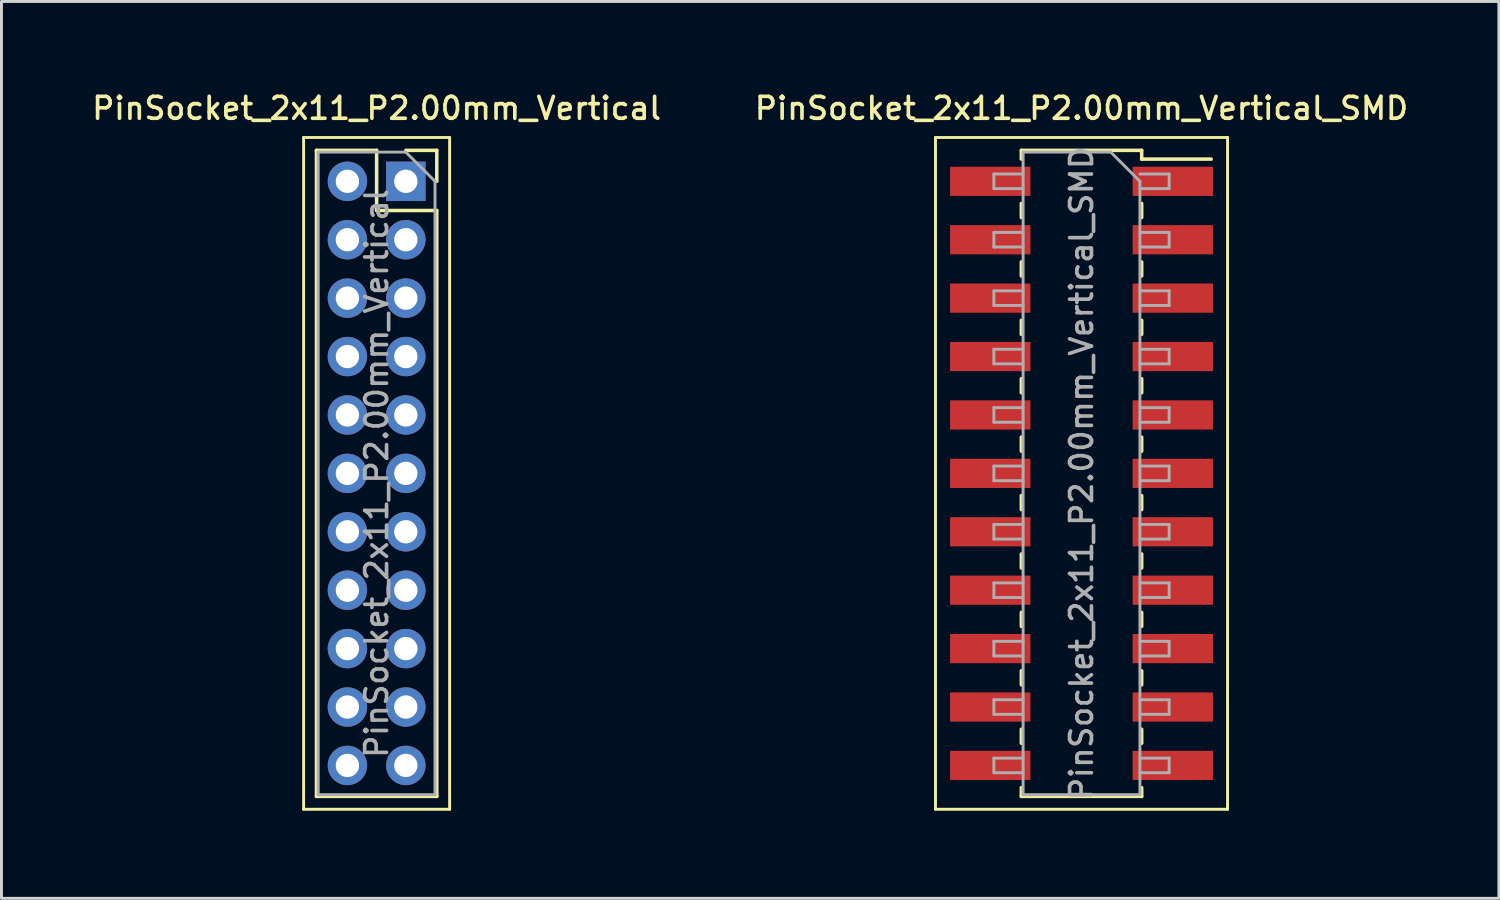
<source format=kicad_pcb>
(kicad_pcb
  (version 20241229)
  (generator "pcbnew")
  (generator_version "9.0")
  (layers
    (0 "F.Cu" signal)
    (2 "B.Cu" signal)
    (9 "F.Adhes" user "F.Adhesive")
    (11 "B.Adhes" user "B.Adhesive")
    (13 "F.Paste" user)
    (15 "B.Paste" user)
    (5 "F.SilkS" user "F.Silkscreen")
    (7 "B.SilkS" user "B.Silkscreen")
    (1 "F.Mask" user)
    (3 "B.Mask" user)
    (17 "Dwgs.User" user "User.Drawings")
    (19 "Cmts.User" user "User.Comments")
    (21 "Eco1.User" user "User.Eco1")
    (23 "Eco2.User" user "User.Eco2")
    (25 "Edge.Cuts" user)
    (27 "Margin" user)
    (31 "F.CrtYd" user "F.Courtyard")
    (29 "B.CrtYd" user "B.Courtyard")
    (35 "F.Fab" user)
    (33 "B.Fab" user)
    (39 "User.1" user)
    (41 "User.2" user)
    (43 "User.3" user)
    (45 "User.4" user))
  (footprint "PinSocket_2x11_P2.00mm_Vertical_SMD"
    (layer "F.Cu")
    (at 33.98 13.158)
    (property "Reference" "PinSocket_2x11_P2.00mm_Vertical_SMD" (at 0 -12.5 0) (layer "F.SilkS") (effects (font (size 0.75 0.75) (thickness 0.125))))
    (attr smd)
    (fp_line (start -5 -11.5) (end 5 -11.5) (stroke (width 0.1) (type solid)) (layer "F.SilkS"))
    (fp_line (start -5 11.5) (end -5 -11.5) (stroke (width 0.1) (type solid)) (layer "F.SilkS"))
    (fp_line (start -2.06 -11.06) (end -2.06 -10.76) (stroke (width 0.12) (type solid)) (layer "F.SilkS"))
    (fp_line (start -2.06 -11.06) (end 2.06 -11.06) (stroke (width 0.12) (type solid)) (layer "F.SilkS"))
    (fp_line (start -2.06 -9.24) (end -2.06 -8.76) (stroke (width 0.12) (type solid)) (layer "F.SilkS"))
    (fp_line (start -2.06 -7.24) (end -2.06 -6.76) (stroke (width 0.12) (type solid)) (layer "F.SilkS"))
    (fp_line (start -2.06 -5.24) (end -2.06 -4.76) (stroke (width 0.12) (type solid)) (layer "F.SilkS"))
    (fp_line (start -2.06 -3.24) (end -2.06 -2.76) (stroke (width 0.12) (type solid)) (layer "F.SilkS"))
    (fp_line (start -2.06 -1.24) (end -2.06 -0.76) (stroke (width 0.12) (type solid)) (layer "F.SilkS"))
    (fp_line (start -2.06 0.76) (end -2.06 1.24) (stroke (width 0.12) (type solid)) (layer "F.SilkS"))
    (fp_line (start -2.06 2.76) (end -2.06 3.24) (stroke (width 0.12) (type solid)) (layer "F.SilkS"))
    (fp_line (start -2.06 4.76) (end -2.06 5.24) (stroke (width 0.12) (type solid)) (layer "F.SilkS"))
    (fp_line (start -2.06 6.76) (end -2.06 7.24) (stroke (width 0.12) (type solid)) (layer "F.SilkS"))
    (fp_line (start -2.06 8.76) (end -2.06 9.24) (stroke (width 0.12) (type solid)) (layer "F.SilkS"))
    (fp_line (start -2.06 10.76) (end -2.06 11.06) (stroke (width 0.12) (type solid)) (layer "F.SilkS"))
    (fp_line (start -2.06 11.06) (end 2.06 11.06) (stroke (width 0.12) (type solid)) (layer "F.SilkS"))
    (fp_line (start 2.06 -11.06) (end 2.06 -10.76) (stroke (width 0.12) (type solid)) (layer "F.SilkS"))
    (fp_line (start 2.06 -10.76) (end 4.44 -10.76) (stroke (width 0.12) (type solid)) (layer "F.SilkS"))
    (fp_line (start 2.06 -9.24) (end 2.06 -8.76) (stroke (width 0.12) (type solid)) (layer "F.SilkS"))
    (fp_line (start 2.06 -7.24) (end 2.06 -6.76) (stroke (width 0.12) (type solid)) (layer "F.SilkS"))
    (fp_line (start 2.06 -5.24) (end 2.06 -4.76) (stroke (width 0.12) (type solid)) (layer "F.SilkS"))
    (fp_line (start 2.06 -3.24) (end 2.06 -2.76) (stroke (width 0.12) (type solid)) (layer "F.SilkS"))
    (fp_line (start 2.06 -1.24) (end 2.06 -0.76) (stroke (width 0.12) (type solid)) (layer "F.SilkS"))
    (fp_line (start 2.06 0.76) (end 2.06 1.24) (stroke (width 0.12) (type solid)) (layer "F.SilkS"))
    (fp_line (start 2.06 2.76) (end 2.06 3.24) (stroke (width 0.12) (type solid)) (layer "F.SilkS"))
    (fp_line (start 2.06 4.76) (end 2.06 5.24) (stroke (width 0.12) (type solid)) (layer "F.SilkS"))
    (fp_line (start 2.06 6.76) (end 2.06 7.24) (stroke (width 0.12) (type solid)) (layer "F.SilkS"))
    (fp_line (start 2.06 8.76) (end 2.06 9.24) (stroke (width 0.12) (type solid)) (layer "F.SilkS"))
    (fp_line (start 2.06 10.76) (end 2.06 11.06) (stroke (width 0.12) (type solid)) (layer "F.SilkS"))
    (fp_line (start 5 -11.5) (end 5 11.5) (stroke (width 0.1) (type solid)) (layer "F.SilkS"))
    (fp_line (start 5 11.5) (end -5 11.5) (stroke (width 0.1) (type solid)) (layer "F.SilkS"))
    (fp_line (start -3 -10.25) (end -2 -10.25) (stroke (width 0.1) (type solid)) (layer "F.Fab"))
    (fp_line (start -3 -9.75) (end -3 -10.25) (stroke (width 0.1) (type solid)) (layer "F.Fab"))
    (fp_line (start -3 -8.25) (end -2 -8.25) (stroke (width 0.1) (type solid)) (layer "F.Fab"))
    (fp_line (start -3 -7.75) (end -3 -8.25) (stroke (width 0.1) (type solid)) (layer "F.Fab"))
    (fp_line (start -3 -6.25) (end -2 -6.25) (stroke (width 0.1) (type solid)) (layer "F.Fab"))
    (fp_line (start -3 -5.75) (end -3 -6.25) (stroke (width 0.1) (type solid)) (layer "F.Fab"))
    (fp_line (start -3 -4.25) (end -2 -4.25) (stroke (width 0.1) (type solid)) (layer "F.Fab"))
    (fp_line (start -3 -3.75) (end -3 -4.25) (stroke (width 0.1) (type solid)) (layer "F.Fab"))
    (fp_line (start -3 -2.25) (end -2 -2.25) (stroke (width 0.1) (type solid)) (layer "F.Fab"))
    (fp_line (start -3 -1.75) (end -3 -2.25) (stroke (width 0.1) (type solid)) (layer "F.Fab"))
    (fp_line (start -3 -0.25) (end -2 -0.25) (stroke (width 0.1) (type solid)) (layer "F.Fab"))
    (fp_line (start -3 0.25) (end -3 -0.25) (stroke (width 0.1) (type solid)) (layer "F.Fab"))
    (fp_line (start -3 1.75) (end -2 1.75) (stroke (width 0.1) (type solid)) (layer "F.Fab"))
    (fp_line (start -3 2.25) (end -3 1.75) (stroke (width 0.1) (type solid)) (layer "F.Fab"))
    (fp_line (start -3 3.75) (end -2 3.75) (stroke (width 0.1) (type solid)) (layer "F.Fab"))
    (fp_line (start -3 4.25) (end -3 3.75) (stroke (width 0.1) (type solid)) (layer "F.Fab"))
    (fp_line (start -3 5.75) (end -2 5.75) (stroke (width 0.1) (type solid)) (layer "F.Fab"))
    (fp_line (start -3 6.25) (end -3 5.75) (stroke (width 0.1) (type solid)) (layer "F.Fab"))
    (fp_line (start -3 7.75) (end -2 7.75) (stroke (width 0.1) (type solid)) (layer "F.Fab"))
    (fp_line (start -3 8.25) (end -3 7.75) (stroke (width 0.1) (type solid)) (layer "F.Fab"))
    (fp_line (start -3 9.75) (end -2 9.75) (stroke (width 0.1) (type solid)) (layer "F.Fab"))
    (fp_line (start -3 10.25) (end -3 9.75) (stroke (width 0.1) (type solid)) (layer "F.Fab"))
    (fp_line (start -2 -11) (end 1 -11) (stroke (width 0.1) (type solid)) (layer "F.Fab"))
    (fp_line (start -2 -9.75) (end -3 -9.75) (stroke (width 0.1) (type solid)) (layer "F.Fab"))
    (fp_line (start -2 -7.75) (end -3 -7.75) (stroke (width 0.1) (type solid)) (layer "F.Fab"))
    (fp_line (start -2 -5.75) (end -3 -5.75) (stroke (width 0.1) (type solid)) (layer "F.Fab"))
    (fp_line (start -2 -3.75) (end -3 -3.75) (stroke (width 0.1) (type solid)) (layer "F.Fab"))
    (fp_line (start -2 -1.75) (end -3 -1.75) (stroke (width 0.1) (type solid)) (layer "F.Fab"))
    (fp_line (start -2 0.25) (end -3 0.25) (stroke (width 0.1) (type solid)) (layer "F.Fab"))
    (fp_line (start -2 2.25) (end -3 2.25) (stroke (width 0.1) (type solid)) (layer "F.Fab"))
    (fp_line (start -2 4.25) (end -3 4.25) (stroke (width 0.1) (type solid)) (layer "F.Fab"))
    (fp_line (start -2 6.25) (end -3 6.25) (stroke (width 0.1) (type solid)) (layer "F.Fab"))
    (fp_line (start -2 8.25) (end -3 8.25) (stroke (width 0.1) (type solid)) (layer "F.Fab"))
    (fp_line (start -2 10.25) (end -3 10.25) (stroke (width 0.1) (type solid)) (layer "F.Fab"))
    (fp_line (start -2 11) (end -2 -11) (stroke (width 0.1) (type solid)) (layer "F.Fab"))
    (fp_line (start 1 -11) (end 2 -10) (stroke (width 0.1) (type solid)) (layer "F.Fab"))
    (fp_line (start 2 -10.25) (end 3 -10.25) (stroke (width 0.1) (type solid)) (layer "F.Fab"))
    (fp_line (start 2 -10) (end 2 11) (stroke (width 0.1) (type solid)) (layer "F.Fab"))
    (fp_line (start 2 -8.25) (end 3 -8.25) (stroke (width 0.1) (type solid)) (layer "F.Fab"))
    (fp_line (start 2 -6.25) (end 3 -6.25) (stroke (width 0.1) (type solid)) (layer "F.Fab"))
    (fp_line (start 2 -4.25) (end 3 -4.25) (stroke (width 0.1) (type solid)) (layer "F.Fab"))
    (fp_line (start 2 -2.25) (end 3 -2.25) (stroke (width 0.1) (type solid)) (layer "F.Fab"))
    (fp_line (start 2 -0.25) (end 3 -0.25) (stroke (width 0.1) (type solid)) (layer "F.Fab"))
    (fp_line (start 2 1.75) (end 3 1.75) (stroke (width 0.1) (type solid)) (layer "F.Fab"))
    (fp_line (start 2 3.75) (end 3 3.75) (stroke (width 0.1) (type solid)) (layer "F.Fab"))
    (fp_line (start 2 5.75) (end 3 5.75) (stroke (width 0.1) (type solid)) (layer "F.Fab"))
    (fp_line (start 2 7.75) (end 3 7.75) (stroke (width 0.1) (type solid)) (layer "F.Fab"))
    (fp_line (start 2 9.75) (end 3 9.75) (stroke (width 0.1) (type solid)) (layer "F.Fab"))
    (fp_line (start 2 11) (end -2 11) (stroke (width 0.1) (type solid)) (layer "F.Fab"))
    (fp_line (start 3 -10.25) (end 3 -9.75) (stroke (width 0.1) (type solid)) (layer "F.Fab"))
    (fp_line (start 3 -9.75) (end 2 -9.75) (stroke (width 0.1) (type solid)) (layer "F.Fab"))
    (fp_line (start 3 -8.25) (end 3 -7.75) (stroke (width 0.1) (type solid)) (layer "F.Fab"))
    (fp_line (start 3 -7.75) (end 2 -7.75) (stroke (width 0.1) (type solid)) (layer "F.Fab"))
    (fp_line (start 3 -6.25) (end 3 -5.75) (stroke (width 0.1) (type solid)) (layer "F.Fab"))
    (fp_line (start 3 -5.75) (end 2 -5.75) (stroke (width 0.1) (type solid)) (layer "F.Fab"))
    (fp_line (start 3 -4.25) (end 3 -3.75) (stroke (width 0.1) (type solid)) (layer "F.Fab"))
    (fp_line (start 3 -3.75) (end 2 -3.75) (stroke (width 0.1) (type solid)) (layer "F.Fab"))
    (fp_line (start 3 -2.25) (end 3 -1.75) (stroke (width 0.1) (type solid)) (layer "F.Fab"))
    (fp_line (start 3 -1.75) (end 2 -1.75) (stroke (width 0.1) (type solid)) (layer "F.Fab"))
    (fp_line (start 3 -0.25) (end 3 0.25) (stroke (width 0.1) (type solid)) (layer "F.Fab"))
    (fp_line (start 3 0.25) (end 2 0.25) (stroke (width 0.1) (type solid)) (layer "F.Fab"))
    (fp_line (start 3 1.75) (end 3 2.25) (stroke (width 0.1) (type solid)) (layer "F.Fab"))
    (fp_line (start 3 2.25) (end 2 2.25) (stroke (width 0.1) (type solid)) (layer "F.Fab"))
    (fp_line (start 3 3.75) (end 3 4.25) (stroke (width 0.1) (type solid)) (layer "F.Fab"))
    (fp_line (start 3 4.25) (end 2 4.25) (stroke (width 0.1) (type solid)) (layer "F.Fab"))
    (fp_line (start 3 5.75) (end 3 6.25) (stroke (width 0.1) (type solid)) (layer "F.Fab"))
    (fp_line (start 3 6.25) (end 2 6.25) (stroke (width 0.1) (type solid)) (layer "F.Fab"))
    (fp_line (start 3 7.75) (end 3 8.25) (stroke (width 0.1) (type solid)) (layer "F.Fab"))
    (fp_line (start 3 8.25) (end 2 8.25) (stroke (width 0.1) (type solid)) (layer "F.Fab"))
    (fp_line (start 3 9.75) (end 3 10.25) (stroke (width 0.1) (type solid)) (layer "F.Fab"))
    (fp_line (start 3 10.25) (end 2 10.25) (stroke (width 0.1) (type solid)) (layer "F.Fab"))
    (fp_text user "${REFERENCE}" (at 0 0 90) (layer "F.Fab") (effects (font (size 0.75 0.75) (thickness 0.125))))
    (pad "1" smd rect (at 3.125 -10) (size 2.75 1) (layers "F.Cu" "F.Mask" "F.Paste"))
    (pad "2" smd rect (at -3.125 -10) (size 2.75 1) (layers "F.Cu" "F.Mask" "F.Paste"))
    (pad "3" smd rect (at 3.125 -8) (size 2.75 1) (layers "F.Cu" "F.Mask" "F.Paste"))
    (pad "4" smd rect (at -3.125 -8) (size 2.75 1) (layers "F.Cu" "F.Mask" "F.Paste"))
    (pad "5" smd rect (at 3.125 -6) (size 2.75 1) (layers "F.Cu" "F.Mask" "F.Paste"))
    (pad "6" smd rect (at -3.125 -6) (size 2.75 1) (layers "F.Cu" "F.Mask" "F.Paste"))
    (pad "7" smd rect (at 3.125 -4) (size 2.75 1) (layers "F.Cu" "F.Mask" "F.Paste"))
    (pad "8" smd rect (at -3.125 -4) (size 2.75 1) (layers "F.Cu" "F.Mask" "F.Paste"))
    (pad "9" smd rect (at 3.125 -2) (size 2.75 1) (layers "F.Cu" "F.Mask" "F.Paste"))
    (pad "10" smd rect (at -3.125 -2) (size 2.75 1) (layers "F.Cu" "F.Mask" "F.Paste"))
    (pad "11" smd rect (at 3.125 0) (size 2.75 1) (layers "F.Cu" "F.Mask" "F.Paste"))
    (pad "12" smd rect (at -3.125 0) (size 2.75 1) (layers "F.Cu" "F.Mask" "F.Paste"))
    (pad "13" smd rect (at 3.125 2) (size 2.75 1) (layers "F.Cu" "F.Mask" "F.Paste"))
    (pad "14" smd rect (at -3.125 2) (size 2.75 1) (layers "F.Cu" "F.Mask" "F.Paste"))
    (pad "15" smd rect (at 3.125 4) (size 2.75 1) (layers "F.Cu" "F.Mask" "F.Paste"))
    (pad "16" smd rect (at -3.125 4) (size 2.75 1) (layers "F.Cu" "F.Mask" "F.Paste"))
    (pad "17" smd rect (at 3.125 6) (size 2.75 1) (layers "F.Cu" "F.Mask" "F.Paste"))
    (pad "18" smd rect (at -3.125 6) (size 2.75 1) (layers "F.Cu" "F.Mask" "F.Paste"))
    (pad "19" smd rect (at 3.125 8) (size 2.75 1) (layers "F.Cu" "F.Mask" "F.Paste"))
    (pad "20" smd rect (at -3.125 8) (size 2.75 1) (layers "F.Cu" "F.Mask" "F.Paste"))
    (pad "21" smd rect (at 3.125 10) (size 2.75 1) (layers "F.Cu" "F.Mask" "F.Paste"))
    (pad "22" smd rect (at -3.125 10) (size 2.75 1) (layers "F.Cu" "F.Mask" "F.Paste")))
  (footprint "PinSocket_2x11_P2.00mm_Vertical"
    (layer "F.Cu")
    (at 10.845 3.158)
    (property "Reference" "PinSocket_2x11_P2.00mm_Vertical" (at -1 -2.5 0) (layer "F.SilkS") (effects (font (size 0.75 0.75) (thickness 0.125))))
    (attr through_hole)
    (fp_line (start -3.5 -1.5) (end 1.5 -1.5) (stroke (width 0.1) (type solid)) (layer "F.SilkS"))
    (fp_line (start -3.5 21.5) (end -3.5 -1.5) (stroke (width 0.1) (type solid)) (layer "F.SilkS"))
    (fp_line (start -3.06 -1.06) (end -3.06 21.06) (stroke (width 0.12) (type solid)) (layer "F.SilkS"))
    (fp_line (start -3.06 -1.06) (end -1 -1.06) (stroke (width 0.12) (type solid)) (layer "F.SilkS"))
    (fp_line (start -3.06 21.06) (end 1.06 21.06) (stroke (width 0.12) (type solid)) (layer "F.SilkS"))
    (fp_line (start -1 -1.06) (end -1 1) (stroke (width 0.12) (type solid)) (layer "F.SilkS"))
    (fp_line (start -1 1) (end 1.06 1) (stroke (width 0.12) (type solid)) (layer "F.SilkS"))
    (fp_line (start 0 -1.06) (end 1.06 -1.06) (stroke (width 0.12) (type solid)) (layer "F.SilkS"))
    (fp_line (start 1.06 -1.06) (end 1.06 0) (stroke (width 0.12) (type solid)) (layer "F.SilkS"))
    (fp_line (start 1.06 1) (end 1.06 21.06) (stroke (width 0.12) (type solid)) (layer "F.SilkS"))
    (fp_line (start 1.5 -1.5) (end 1.5 21.5) (stroke (width 0.1) (type solid)) (layer "F.SilkS"))
    (fp_line (start 1.5 21.5) (end -3.5 21.5) (stroke (width 0.1) (type solid)) (layer "F.SilkS"))
    (fp_line (start -3 -1) (end 0 -1) (stroke (width 0.1) (type solid)) (layer "F.Fab"))
    (fp_line (start -3 21) (end -3 -1) (stroke (width 0.1) (type solid)) (layer "F.Fab"))
    (fp_line (start 0 -1) (end 1 0) (stroke (width 0.1) (type solid)) (layer "F.Fab"))
    (fp_line (start 1 0) (end 1 21) (stroke (width 0.1) (type solid)) (layer "F.Fab"))
    (fp_line (start 1 21) (end -3 21) (stroke (width 0.1) (type solid)) (layer "F.Fab"))
    (fp_text user "${REFERENCE}" (at -1 10 90) (layer "F.Fab") (effects (font (size 0.75 0.75) (thickness 0.125))))
    (pad "1" thru_hole rect (at 0 0) (size 1.35 1.35) (drill 0.8) (layers "*.Cu" "*.Mask"))
    (pad "2" thru_hole oval (at -2 0) (size 1.35 1.35) (drill 0.8) (layers "*.Cu" "*.Mask"))
    (pad "3" thru_hole oval (at 0 2) (size 1.35 1.35) (drill 0.8) (layers "*.Cu" "*.Mask"))
    (pad "4" thru_hole oval (at -2 2) (size 1.35 1.35) (drill 0.8) (layers "*.Cu" "*.Mask"))
    (pad "5" thru_hole oval (at 0 4) (size 1.35 1.35) (drill 0.8) (layers "*.Cu" "*.Mask"))
    (pad "6" thru_hole oval (at -2 4) (size 1.35 1.35) (drill 0.8) (layers "*.Cu" "*.Mask"))
    (pad "7" thru_hole oval (at 0 6) (size 1.35 1.35) (drill 0.8) (layers "*.Cu" "*.Mask"))
    (pad "8" thru_hole oval (at -2 6) (size 1.35 1.35) (drill 0.8) (layers "*.Cu" "*.Mask"))
    (pad "9" thru_hole oval (at 0 8) (size 1.35 1.35) (drill 0.8) (layers "*.Cu" "*.Mask"))
    (pad "10" thru_hole oval (at -2 8) (size 1.35 1.35) (drill 0.8) (layers "*.Cu" "*.Mask"))
    (pad "11" thru_hole oval (at 0 10) (size 1.35 1.35) (drill 0.8) (layers "*.Cu" "*.Mask"))
    (pad "12" thru_hole oval (at -2 10) (size 1.35 1.35) (drill 0.8) (layers "*.Cu" "*.Mask"))
    (pad "13" thru_hole oval (at 0 12) (size 1.35 1.35) (drill 0.8) (layers "*.Cu" "*.Mask"))
    (pad "14" thru_hole oval (at -2 12) (size 1.35 1.35) (drill 0.8) (layers "*.Cu" "*.Mask"))
    (pad "15" thru_hole oval (at 0 14) (size 1.35 1.35) (drill 0.8) (layers "*.Cu" "*.Mask"))
    (pad "16" thru_hole oval (at -2 14) (size 1.35 1.35) (drill 0.8) (layers "*.Cu" "*.Mask"))
    (pad "17" thru_hole oval (at 0 16) (size 1.35 1.35) (drill 0.8) (layers "*.Cu" "*.Mask"))
    (pad "18" thru_hole oval (at -2 16) (size 1.35 1.35) (drill 0.8) (layers "*.Cu" "*.Mask"))
    (pad "19" thru_hole oval (at 0 18) (size 1.35 1.35) (drill 0.8) (layers "*.Cu" "*.Mask"))
    (pad "20" thru_hole oval (at -2 18) (size 1.35 1.35) (drill 0.8) (layers "*.Cu" "*.Mask"))
    (pad "21" thru_hole oval (at 0 20) (size 1.35 1.35) (drill 0.8) (layers "*.Cu" "*.Mask"))
    (pad "22" thru_hole oval (at -2 20) (size 1.35 1.35) (drill 0.8) (layers "*.Cu" "*.Mask")))
  (gr_rect
    (start -3 -3)
    (end 48.271 27.708)
    (stroke (width 0.1) (type default))
    (fill no)
    (layer "Edge.Cuts")))
</source>
